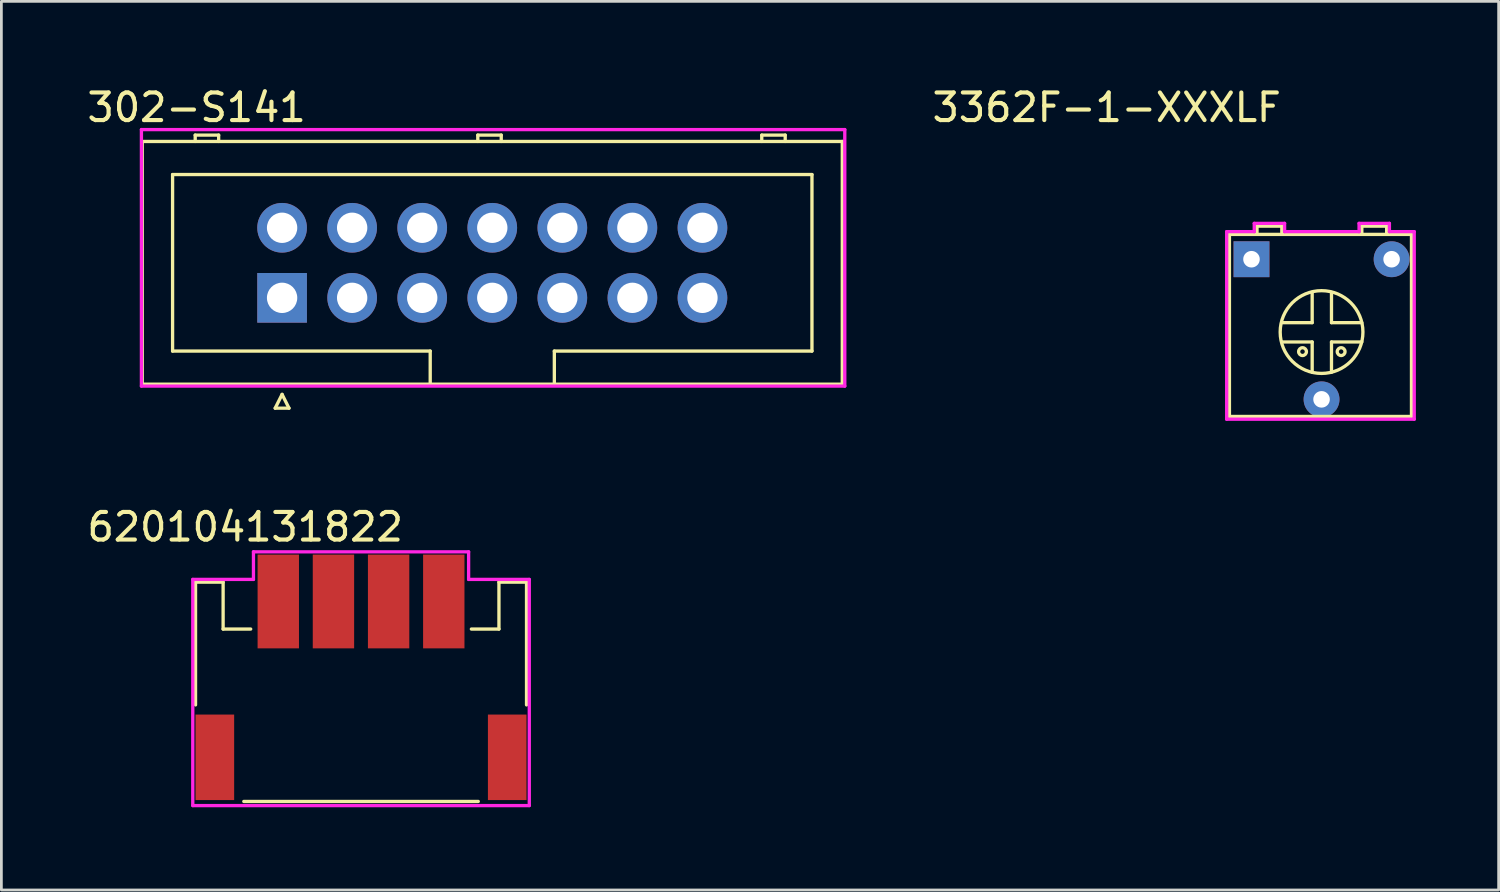
<source format=kicad_pcb>
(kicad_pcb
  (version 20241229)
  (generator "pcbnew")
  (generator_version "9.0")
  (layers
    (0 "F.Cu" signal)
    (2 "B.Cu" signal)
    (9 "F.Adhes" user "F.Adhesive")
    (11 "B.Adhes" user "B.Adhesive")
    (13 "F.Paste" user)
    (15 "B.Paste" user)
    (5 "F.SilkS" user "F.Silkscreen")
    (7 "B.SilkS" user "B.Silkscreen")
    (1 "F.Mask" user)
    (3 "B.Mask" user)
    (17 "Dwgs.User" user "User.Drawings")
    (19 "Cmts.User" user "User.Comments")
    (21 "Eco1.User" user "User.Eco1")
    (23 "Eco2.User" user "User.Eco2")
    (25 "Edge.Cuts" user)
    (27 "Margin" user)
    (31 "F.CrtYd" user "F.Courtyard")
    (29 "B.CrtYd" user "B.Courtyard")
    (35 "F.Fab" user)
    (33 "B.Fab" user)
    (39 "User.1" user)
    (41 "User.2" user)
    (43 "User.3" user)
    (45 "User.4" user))
  (footprint "620104131822"
    (layer "F.Cu")
    (at 7.039 18.756)
    (property "Reference" "620104131822" (at -1.2 -2.7 0) (layer "F.SilkS") (effects (font (size 1 1) (thickness 0.15))))
    (attr through_hole)
    (fp_line (start -3 -0.7) (end -3 3.75) (stroke (width 0.12) (type solid)) (layer "F.SilkS"))
    (fp_line (start -3 -0.7) (end -2 -0.7) (stroke (width 0.12) (type solid)) (layer "F.SilkS"))
    (fp_line (start -2 -0.7) (end -2 1) (stroke (width 0.12) (type solid)) (layer "F.SilkS"))
    (fp_line (start -1.25 7.25) (end 7.25 7.25) (stroke (width 0.12) (type solid)) (layer "F.SilkS"))
    (fp_line (start -1 1) (end -2 1) (stroke (width 0.12) (type solid)) (layer "F.SilkS"))
    (fp_line (start 7 1) (end 8 1) (stroke (width 0.12) (type solid)) (layer "F.SilkS"))
    (fp_line (start 8 -0.7) (end 8 1) (stroke (width 0.12) (type solid)) (layer "F.SilkS"))
    (fp_line (start 9 -0.7) (end 8 -0.7) (stroke (width 0.12) (type solid)) (layer "F.SilkS"))
    (fp_line (start 9 -0.7) (end 9 3.75) (stroke (width 0.12) (type solid)) (layer "F.SilkS"))
    (fp_line (start -3.1 -0.8) (end -0.9 -0.8) (stroke (width 0.12) (type solid)) (layer "F.CrtYd"))
    (fp_line (start -3.1 7.4) (end -3.1 -0.8) (stroke (width 0.12) (type solid)) (layer "F.CrtYd"))
    (fp_line (start -0.9 -1.8) (end 6.9 -1.8) (stroke (width 0.12) (type solid)) (layer "F.CrtYd"))
    (fp_line (start -0.9 -0.8) (end -0.9 -1.8) (stroke (width 0.12) (type solid)) (layer "F.CrtYd"))
    (fp_line (start 6.9 -1.8) (end 6.9 -0.8) (stroke (width 0.12) (type solid)) (layer "F.CrtYd"))
    (fp_line (start 6.9 -0.8) (end 9.1 -0.8) (stroke (width 0.12) (type solid)) (layer "F.CrtYd"))
    (fp_line (start 9.1 -0.8) (end 9.1 7.4) (stroke (width 0.12) (type solid)) (layer "F.CrtYd"))
    (fp_line (start 9.1 7.4) (end -3.1 7.4) (stroke (width 0.12) (type solid)) (layer "F.CrtYd"))
    (pad "1" smd rect (at 0 0) (size 1.5 3.4) (layers "F.Cu" "F.Mask" "F.Paste"))
    (pad "2" smd rect (at 2 0) (size 1.5 3.4) (layers "F.Cu" "F.Mask" "F.Paste"))
    (pad "3" smd rect (at 4 0) (size 1.5 3.4) (layers "F.Cu" "F.Mask" "F.Paste"))
    (pad "4" smd rect (at 6 0) (size 1.5 3.4) (layers "F.Cu" "F.Mask" "F.Paste"))
    (pad "s" smd rect (at -2.3 5.65) (size 1.4 3.1) (layers "F.Cu" "F.Mask" "F.Paste"))
    (pad "s" smd rect (at 8.3 5.65) (size 1.4 3.1) (layers "F.Cu" "F.Mask" "F.Paste")))
  (footprint "302-S141"
    (layer "F.Cu")
    (at 7.177 7.748)
    (property "Reference" "302-S141" (at -3.1 -6.9 0) (layer "F.SilkS") (effects (font (size 1 1) (thickness 0.15))))
    (attr through_hole)
    (fp_line (start -5.07 3.13) (end -5.07 -5.67) (stroke (width 0.12) (type solid)) (layer "F.SilkS"))
    (fp_line (start -5.07 3.13) (end 20.31 3.13) (stroke (width 0.12) (type solid)) (layer "F.SilkS"))
    (fp_line (start -3.97 -4.47) (end 19.21 -4.47) (stroke (width 0.12) (type solid)) (layer "F.SilkS"))
    (fp_line (start -3.97 1.93) (end -3.97 -4.47) (stroke (width 0.12) (type solid)) (layer "F.SilkS"))
    (fp_line (start -3.97 1.93) (end 5.37 1.93) (stroke (width 0.12) (type solid)) (layer "F.SilkS"))
    (fp_line (start -3.15 -5.9) (end -2.3 -5.9) (stroke (width 0.12) (type solid)) (layer "F.SilkS"))
    (fp_line (start -3.15 -5.67) (end -3.15 -5.9) (stroke (width 0.12) (type solid)) (layer "F.SilkS"))
    (fp_line (start -2.3 -5.9) (end -2.3 -5.67) (stroke (width 0.12) (type solid)) (layer "F.SilkS"))
    (fp_line (start -0.25 4) (end 0.25 4) (stroke (width 0.12) (type solid)) (layer "F.SilkS"))
    (fp_line (start 0 3.5) (end -0.25 4) (stroke (width 0.12) (type solid)) (layer "F.SilkS"))
    (fp_line (start 0.25 4) (end 0 3.5) (stroke (width 0.12) (type solid)) (layer "F.SilkS"))
    (fp_line (start 5.37 1.93) (end 5.37 3.13) (stroke (width 0.12) (type solid)) (layer "F.SilkS"))
    (fp_line (start 7.095 -5.9) (end 7.945 -5.9) (stroke (width 0.12) (type solid)) (layer "F.SilkS"))
    (fp_line (start 7.095 -5.67) (end 7.095 -5.9) (stroke (width 0.12) (type solid)) (layer "F.SilkS"))
    (fp_line (start 7.945 -5.9) (end 7.945 -5.67) (stroke (width 0.12) (type solid)) (layer "F.SilkS"))
    (fp_line (start 9.87 1.93) (end 9.87 3.13) (stroke (width 0.12) (type solid)) (layer "F.SilkS"))
    (fp_line (start 9.87 1.93) (end 19.21 1.93) (stroke (width 0.12) (type solid)) (layer "F.SilkS"))
    (fp_line (start 17.39 -5.9) (end 18.24 -5.9) (stroke (width 0.12) (type solid)) (layer "F.SilkS"))
    (fp_line (start 17.39 -5.67) (end 17.39 -5.9) (stroke (width 0.12) (type solid)) (layer "F.SilkS"))
    (fp_line (start 18.24 -5.9) (end 18.24 -5.67) (stroke (width 0.12) (type solid)) (layer "F.SilkS"))
    (fp_line (start 19.21 1.93) (end 19.21 -4.47) (stroke (width 0.12) (type solid)) (layer "F.SilkS"))
    (fp_line (start 20.31 -5.67) (end -5.07 -5.67) (stroke (width 0.12) (type solid)) (layer "F.SilkS"))
    (fp_line (start 20.31 -5.67) (end 20.31 3.13) (stroke (width 0.12) (type solid)) (layer "F.SilkS"))
    (fp_line (start -5.1 -6.1) (end 20.4 -6.1) (stroke (width 0.12) (type solid)) (layer "F.CrtYd"))
    (fp_line (start -5.1 3.2) (end -5.1 -6.1) (stroke (width 0.12) (type solid)) (layer "F.CrtYd"))
    (fp_line (start 20.4 -6.1) (end 20.4 3.2) (stroke (width 0.12) (type solid)) (layer "F.CrtYd"))
    (fp_line (start 20.4 3.2) (end -5.1 3.2) (stroke (width 0.12) (type solid)) (layer "F.CrtYd"))
    (pad "1" thru_hole rect (at 0 0) (size 1.8 1.8) (drill 1.1) (layers "*.Cu" "*.Mask"))
    (pad "2" thru_hole circle (at 0 -2.54) (size 1.8 1.8) (drill 1.1) (layers "*.Cu" "*.Mask"))
    (pad "3" thru_hole circle (at 2.54 0) (size 1.8 1.8) (drill 1.1) (layers "*.Cu" "*.Mask"))
    (pad "4" thru_hole circle (at 2.54 -2.54) (size 1.8 1.8) (drill 1.1) (layers "*.Cu" "*.Mask"))
    (pad "5" thru_hole circle (at 5.08 0) (size 1.8 1.8) (drill 1.1) (layers "*.Cu" "*.Mask"))
    (pad "6" thru_hole circle (at 5.08 -2.54) (size 1.8 1.8) (drill 1.1) (layers "*.Cu" "*.Mask"))
    (pad "7" thru_hole circle (at 7.62 0) (size 1.8 1.8) (drill 1.1) (layers "*.Cu" "*.Mask"))
    (pad "8" thru_hole circle (at 7.62 -2.54) (size 1.8 1.8) (drill 1.1) (layers "*.Cu" "*.Mask"))
    (pad "9" thru_hole circle (at 10.16 0) (size 1.8 1.8) (drill 1.1) (layers "*.Cu" "*.Mask"))
    (pad "10" thru_hole circle (at 10.16 -2.54) (size 1.8 1.8) (drill 1.1) (layers "*.Cu" "*.Mask"))
    (pad "11" thru_hole circle (at 12.7 0) (size 1.8 1.8) (drill 1.1) (layers "*.Cu" "*.Mask"))
    (pad "12" thru_hole circle (at 12.7 -2.54) (size 1.8 1.8) (drill 1.1) (layers "*.Cu" "*.Mask"))
    (pad "13" thru_hole circle (at 15.24 0) (size 1.8 1.8) (drill 1.1) (layers "*.Cu" "*.Mask"))
    (pad "14" thru_hole circle (at 15.24 -2.54) (size 1.8 1.8) (drill 1.1) (layers "*.Cu" "*.Mask")))
  (footprint "3362F-1-XXXLF"
    (layer "F.Cu")
    (at 42.322 6.348)
    (property "Reference" "3362F-1-XXXLF" (at -5.25 -5.5 0) (layer "F.SilkS") (effects (font (size 1 1) (thickness 0.15))))
    (attr through_hole)
    (fp_line (start -0.8 -0.9) (end 5.8 -0.9) (stroke (width 0.12) (type solid)) (layer "F.SilkS"))
    (fp_line (start -0.8 5.7) (end -0.8 -0.9) (stroke (width 0.12) (type solid)) (layer "F.SilkS"))
    (fp_line (start 0.2 -1.2) (end 1.1 -1.2) (stroke (width 0.12) (type solid)) (layer "F.SilkS"))
    (fp_line (start 0.2 -0.9) (end 0.2 -1.2) (stroke (width 0.12) (type solid)) (layer "F.SilkS"))
    (fp_line (start 1.1 -1.2) (end 1.1 -0.9) (stroke (width 0.12) (type solid)) (layer "F.SilkS"))
    (fp_line (start 1.1 2.3) (end 2.2 2.3) (stroke (width 0.12) (type solid)) (layer "F.SilkS"))
    (fp_line (start 2.2 1.2) (end 2.2 2.3) (stroke (width 0.12) (type solid)) (layer "F.SilkS"))
    (fp_line (start 2.2 3) (end 1.1 3) (stroke (width 0.12) (type solid)) (layer "F.SilkS"))
    (fp_line (start 2.2 3) (end 2.2 4.1) (stroke (width 0.12) (type solid)) (layer "F.SilkS"))
    (fp_line (start 2.9 1.2) (end 2.9 2.3) (stroke (width 0.12) (type solid)) (layer "F.SilkS"))
    (fp_line (start 2.9 2.3) (end 4 2.3) (stroke (width 0.12) (type solid)) (layer "F.SilkS"))
    (fp_line (start 2.9 3) (end 4 3) (stroke (width 0.12) (type solid)) (layer "F.SilkS"))
    (fp_line (start 2.9 4.1) (end 2.9 3) (stroke (width 0.12) (type solid)) (layer "F.SilkS"))
    (fp_line (start 4 -1.2) (end 4 -0.9) (stroke (width 0.12) (type solid)) (layer "F.SilkS"))
    (fp_line (start 4.9 -1.2) (end 4 -1.2) (stroke (width 0.12) (type solid)) (layer "F.SilkS"))
    (fp_line (start 4.9 -0.9) (end 4.9 -1.2) (stroke (width 0.12) (type solid)) (layer "F.SilkS"))
    (fp_line (start 5.8 -0.9) (end 5.8 5.7) (stroke (width 0.12) (type solid)) (layer "F.SilkS"))
    (fp_line (start 5.8 5.7) (end -0.8 5.7) (stroke (width 0.12) (type solid)) (layer "F.SilkS"))
    (fp_circle (center 1.85 3.35) (end 1.95 3.25) (stroke (width 0.12) (type solid)) (fill no) (layer "F.SilkS"))
    (fp_circle (center 2.54 2.64) (end 4.04 2.64) (stroke (width 0.12) (type solid)) (fill no) (layer "F.SilkS"))
    (fp_circle (center 3.25 3.35) (end 3.15 3.25) (stroke (width 0.12) (type solid)) (fill no) (layer "F.SilkS"))
    (fp_line (start -0.9 -1) (end 0.1 -1) (stroke (width 0.12) (type solid)) (layer "F.CrtYd"))
    (fp_line (start -0.9 5.8) (end -0.9 -1) (stroke (width 0.12) (type solid)) (layer "F.CrtYd"))
    (fp_line (start 0.1 -1.3) (end 1.2 -1.3) (stroke (width 0.12) (type solid)) (layer "F.CrtYd"))
    (fp_line (start 0.1 -1) (end 0.1 -1.3) (stroke (width 0.12) (type solid)) (layer "F.CrtYd"))
    (fp_line (start 1.2 -1.3) (end 1.2 -1) (stroke (width 0.12) (type solid)) (layer "F.CrtYd"))
    (fp_line (start 1.2 -1) (end 3.9 -1) (stroke (width 0.12) (type solid)) (layer "F.CrtYd"))
    (fp_line (start 3.9 -1.3) (end 5 -1.3) (stroke (width 0.12) (type solid)) (layer "F.CrtYd"))
    (fp_line (start 3.9 -1) (end 3.9 -1.3) (stroke (width 0.12) (type solid)) (layer "F.CrtYd"))
    (fp_line (start 5 -1.3) (end 5 -1) (stroke (width 0.12) (type solid)) (layer "F.CrtYd"))
    (fp_line (start 5 -1) (end 5.9 -1) (stroke (width 0.12) (type solid)) (layer "F.CrtYd"))
    (fp_line (start 5.9 -1) (end 5.9 5.8) (stroke (width 0.12) (type solid)) (layer "F.CrtYd"))
    (fp_line (start 5.9 5.8) (end -0.9 5.8) (stroke (width 0.12) (type solid)) (layer "F.CrtYd"))
    (pad "1" thru_hole rect (at 0 0) (size 1.3 1.3) (drill 0.6) (layers "*.Cu" "*.Mask"))
    (pad "2" thru_hole circle (at 2.54 5.08) (size 1.3 1.3) (drill 0.6) (layers "*.Cu" "*.Mask"))
    (pad "3" thru_hole circle (at 5.08 0) (size 1.3 1.3) (drill 0.6) (layers "*.Cu" "*.Mask")))
  (gr_rect
    (start -3 -3)
    (end 51.282 29.216)
    (stroke (width 0.1) (type default))
    (fill no)
    (layer "Edge.Cuts")))
</source>
